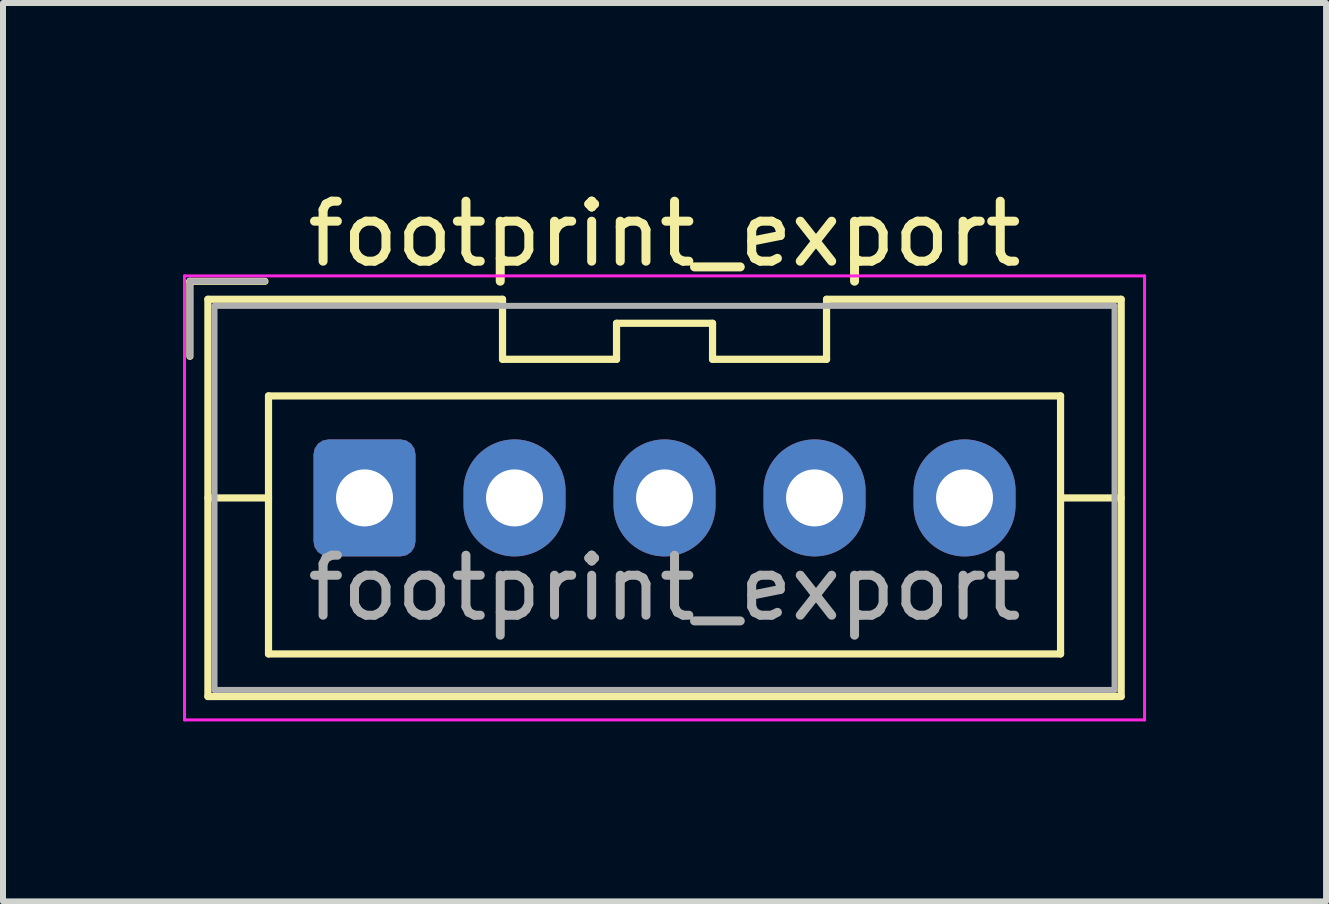
<source format=kicad_pcb>
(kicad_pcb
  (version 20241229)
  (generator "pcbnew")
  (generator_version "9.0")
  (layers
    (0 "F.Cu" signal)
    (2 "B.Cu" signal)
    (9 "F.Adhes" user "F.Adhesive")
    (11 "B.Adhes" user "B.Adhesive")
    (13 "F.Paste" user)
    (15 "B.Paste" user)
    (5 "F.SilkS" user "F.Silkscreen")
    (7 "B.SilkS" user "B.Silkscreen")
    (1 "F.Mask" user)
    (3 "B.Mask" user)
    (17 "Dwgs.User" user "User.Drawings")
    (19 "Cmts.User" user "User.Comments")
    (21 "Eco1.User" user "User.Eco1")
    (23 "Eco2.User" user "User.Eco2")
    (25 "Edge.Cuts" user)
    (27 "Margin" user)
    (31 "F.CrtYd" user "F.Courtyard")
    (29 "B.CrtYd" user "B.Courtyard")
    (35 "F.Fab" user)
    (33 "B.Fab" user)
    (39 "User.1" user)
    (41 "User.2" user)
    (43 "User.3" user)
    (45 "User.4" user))
  (footprint "footprint_export"
    (layer "F.Cu")
    (at 3.025 5.248)
    (property "Reference" "footprint_export" (at 5 -4.4 0) (layer "F.SilkS") (effects (font (size 1 1) (thickness 0.15))))
    (attr through_hole)
    (fp_line (start -2.91 -3.61) (end -2.91 -2.36) (stroke (width 0.12) (type solid)) (layer "F.SilkS"))
    (fp_line (start -2.61 -3.31) (end -2.61 3.31) (stroke (width 0.12) (type solid)) (layer "F.SilkS"))
    (fp_line (start -2.61 0) (end -1.6 0) (stroke (width 0.12) (type solid)) (layer "F.SilkS"))
    (fp_line (start -2.61 3.31) (end 12.61 3.31) (stroke (width 0.12) (type solid)) (layer "F.SilkS"))
    (fp_line (start -1.66 -3.61) (end -2.91 -3.61) (stroke (width 0.12) (type solid)) (layer "F.SilkS"))
    (fp_line (start -1.6 -1.7) (end -1.6 2.6) (stroke (width 0.12) (type solid)) (layer "F.SilkS"))
    (fp_line (start -1.6 2.6) (end 11.6 2.6) (stroke (width 0.12) (type solid)) (layer "F.SilkS"))
    (fp_line (start 2.3 -3.31) (end -2.61 -3.31) (stroke (width 0.12) (type solid)) (layer "F.SilkS"))
    (fp_line (start 2.3 -2.31) (end 2.3 -3.31) (stroke (width 0.12) (type solid)) (layer "F.SilkS"))
    (fp_line (start 4.2 -2.91) (end 4.2 -2.31) (stroke (width 0.12) (type solid)) (layer "F.SilkS"))
    (fp_line (start 4.2 -2.31) (end 2.3 -2.31) (stroke (width 0.12) (type solid)) (layer "F.SilkS"))
    (fp_line (start 5.8 -2.91) (end 4.2 -2.91) (stroke (width 0.12) (type solid)) (layer "F.SilkS"))
    (fp_line (start 5.8 -2.31) (end 5.8 -2.91) (stroke (width 0.12) (type solid)) (layer "F.SilkS"))
    (fp_line (start 7.7 -3.31) (end 7.7 -2.31) (stroke (width 0.12) (type solid)) (layer "F.SilkS"))
    (fp_line (start 7.7 -2.31) (end 5.8 -2.31) (stroke (width 0.12) (type solid)) (layer "F.SilkS"))
    (fp_line (start 11.6 -1.7) (end -1.6 -1.7) (stroke (width 0.12) (type solid)) (layer "F.SilkS"))
    (fp_line (start 11.6 2.6) (end 11.6 -1.7) (stroke (width 0.12) (type solid)) (layer "F.SilkS"))
    (fp_line (start 12.61 -3.31) (end 7.7 -3.31) (stroke (width 0.12) (type solid)) (layer "F.SilkS"))
    (fp_line (start 12.61 0) (end 11.6 0) (stroke (width 0.12) (type solid)) (layer "F.SilkS"))
    (fp_line (start 12.61 3.31) (end 12.61 -3.31) (stroke (width 0.12) (type solid)) (layer "F.SilkS"))
    (fp_line (start -3 -3.7) (end -3 3.7) (stroke (width 0.05) (type solid)) (layer "F.CrtYd"))
    (fp_line (start -3 3.7) (end 13 3.7) (stroke (width 0.05) (type solid)) (layer "F.CrtYd"))
    (fp_line (start 13 -3.7) (end -3 -3.7) (stroke (width 0.05) (type solid)) (layer "F.CrtYd"))
    (fp_line (start 13 3.7) (end 13 -3.7) (stroke (width 0.05) (type solid)) (layer "F.CrtYd"))
    (fp_line (start -2.91 -3.61) (end -2.91 -2.36) (stroke (width 0.1) (type solid)) (layer "F.Fab"))
    (fp_line (start -2.5 -3.2) (end -2.5 3.2) (stroke (width 0.1) (type solid)) (layer "F.Fab"))
    (fp_line (start -2.5 3.2) (end 12.5 3.2) (stroke (width 0.1) (type solid)) (layer "F.Fab"))
    (fp_line (start -1.66 -3.61) (end -2.91 -3.61) (stroke (width 0.1) (type solid)) (layer "F.Fab"))
    (fp_line (start 12.5 -3.2) (end -2.5 -3.2) (stroke (width 0.1) (type solid)) (layer "F.Fab"))
    (fp_line (start 12.5 3.2) (end 12.5 -3.2) (stroke (width 0.1) (type solid)) (layer "F.Fab"))
    (fp_text user "${REFERENCE}" (at 5 1.5 0) (layer "F.Fab") (effects (font (size 1 1) (thickness 0.15))))
    (pad "1" thru_hole roundrect (at 0 0) (size 1.7 1.95) (drill 0.95) (layers "*.Cu" "*.Mask") (roundrect_rratio 0.147))
    (pad "2" thru_hole oval (at 2.5 0) (size 1.7 1.95) (drill 0.95) (layers "*.Cu" "*.Mask"))
    (pad "3" thru_hole oval (at 5 0) (size 1.7 1.95) (drill 0.95) (layers "*.Cu" "*.Mask"))
    (pad "4" thru_hole oval (at 7.5 0) (size 1.7 1.95) (drill 0.95) (layers "*.Cu" "*.Mask"))
    (pad "5" thru_hole oval (at 10 0) (size 1.7 1.95) (drill 0.95) (layers "*.Cu" "*.Mask")))
  (gr_rect
    (start -3 -3)
    (end 19.05 11.973)
    (stroke (width 0.1) (type default))
    (fill no)
    (layer "Edge.Cuts")))
</source>
